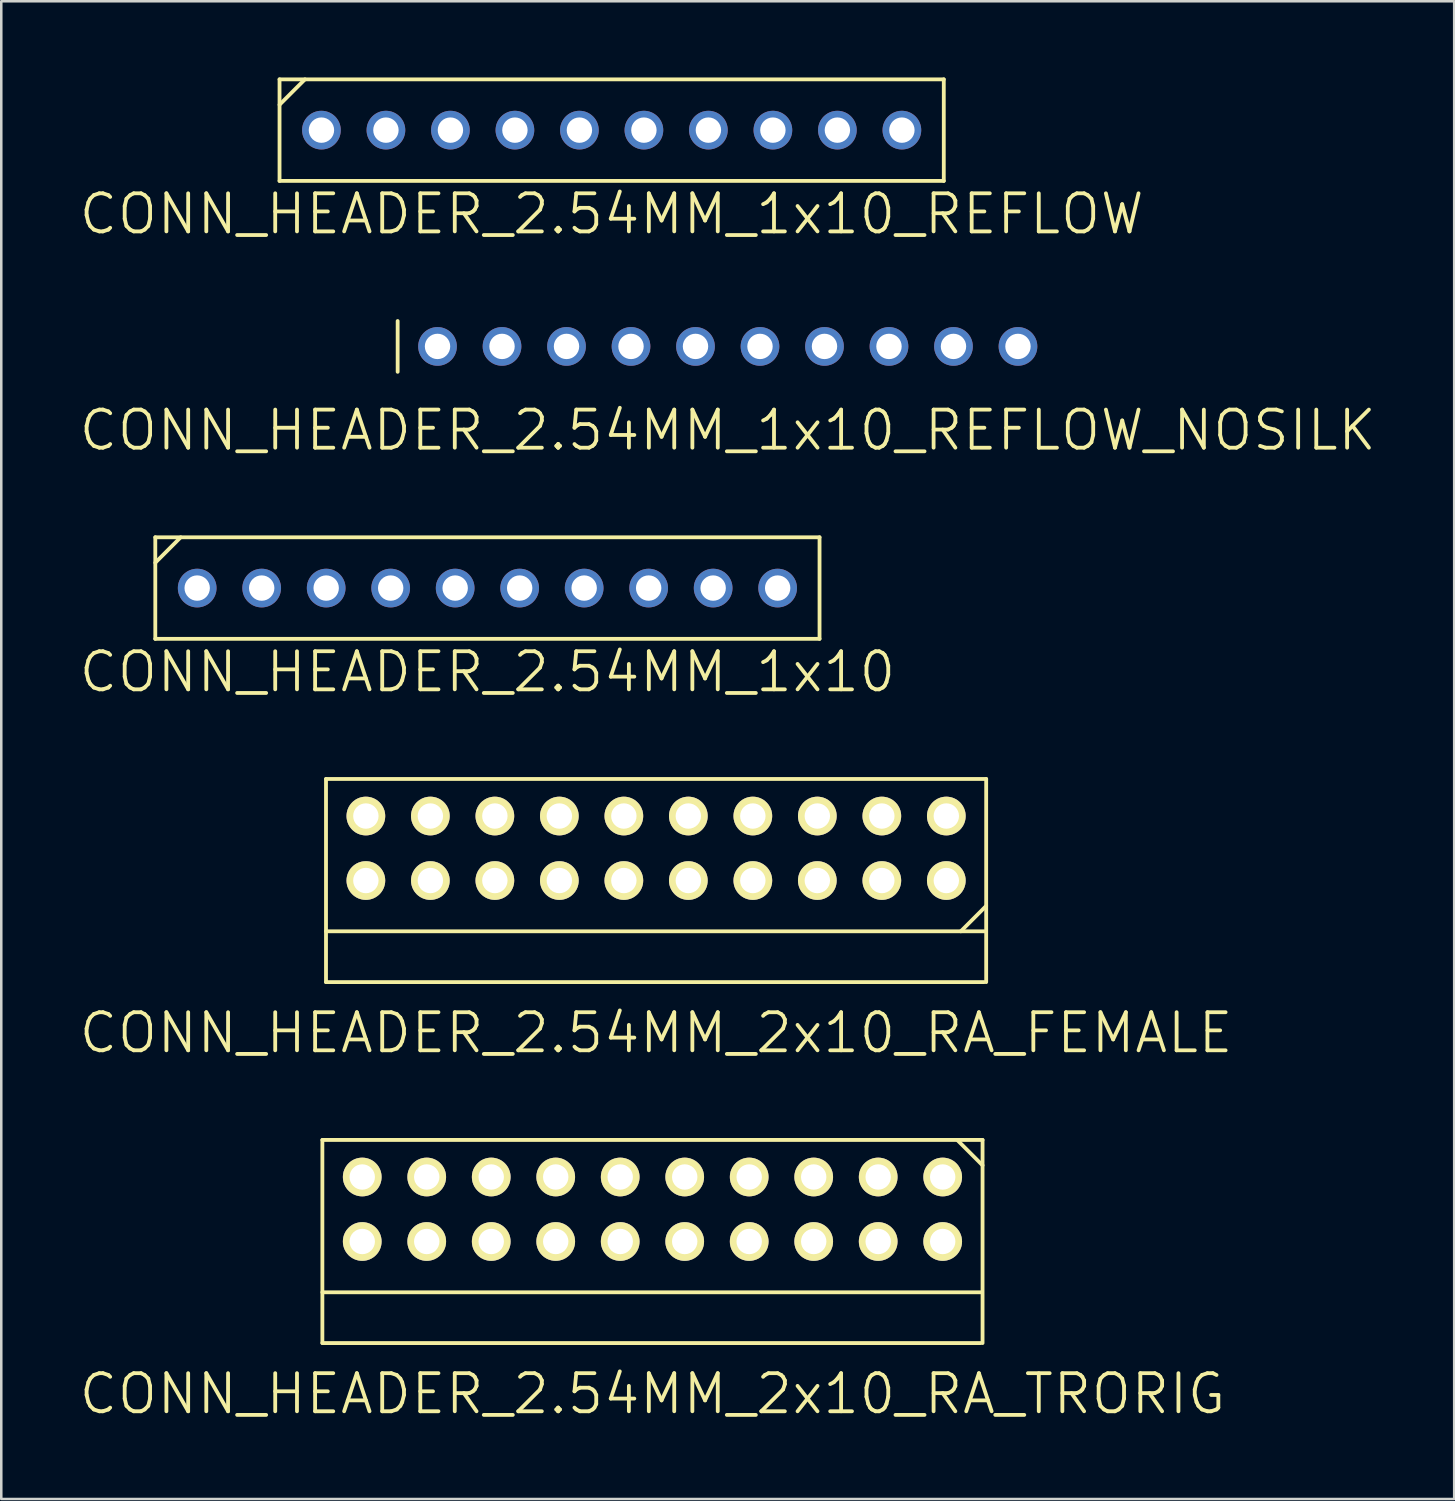
<source format=kicad_pcb>
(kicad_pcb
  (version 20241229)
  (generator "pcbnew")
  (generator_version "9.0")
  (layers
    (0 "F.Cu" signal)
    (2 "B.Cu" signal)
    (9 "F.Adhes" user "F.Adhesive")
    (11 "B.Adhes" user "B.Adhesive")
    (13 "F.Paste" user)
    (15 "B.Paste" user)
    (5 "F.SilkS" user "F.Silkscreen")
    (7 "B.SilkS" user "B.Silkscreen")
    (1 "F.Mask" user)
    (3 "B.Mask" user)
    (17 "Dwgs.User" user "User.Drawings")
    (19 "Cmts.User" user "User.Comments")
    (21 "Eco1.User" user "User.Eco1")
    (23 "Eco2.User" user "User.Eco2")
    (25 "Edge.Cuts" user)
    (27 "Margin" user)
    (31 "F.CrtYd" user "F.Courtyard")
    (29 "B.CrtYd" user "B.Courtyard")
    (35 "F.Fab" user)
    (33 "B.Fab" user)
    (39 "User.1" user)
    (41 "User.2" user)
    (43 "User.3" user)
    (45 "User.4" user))
  (footprint "CONN_HEADER_2.54MM_1x10_REFLOW"
    (layer "F.Cu")
    (at 21.039 2.075)
    (property "Reference" "CONN_HEADER_2.54MM_1x10_REFLOW" (at 0 3.302 0) (layer "F.SilkS") (effects (font (size 1.5 1.5) (thickness 0.15))))
    (attr through_hole)
    (fp_line (start -13.08 -2) (end -13.08 2) (stroke (width 0.15) (type solid)) (layer "F.SilkS"))
    (fp_line (start -13.08 2) (end 13.08 2) (stroke (width 0.15) (type solid)) (layer "F.SilkS"))
    (fp_line (start -12.08 -2) (end -13.08 -1) (stroke (width 0.15) (type solid)) (layer "F.SilkS"))
    (fp_line (start 13.08 -2) (end -13.08 -2) (stroke (width 0.15) (type solid)) (layer "F.SilkS"))
    (fp_line (start 13.08 2) (end 13.08 -2) (stroke (width 0.15) (type solid)) (layer "F.SilkS"))
    (pad "1" thru_hole circle (at -11.43 0) (size 1.524 1.524) (drill 1) (layers "*.Cu" "*.Mask" "F.Paste"))
    (pad "2" thru_hole circle (at -8.89 0) (size 1.524 1.524) (drill 1) (layers "*.Cu" "*.Mask" "F.Paste"))
    (pad "3" thru_hole circle (at -6.35 0) (size 1.524 1.524) (drill 1) (layers "*.Cu" "*.Mask" "F.Paste"))
    (pad "4" thru_hole circle (at -3.81 0) (size 1.524 1.524) (drill 1) (layers "*.Cu" "*.Mask" "F.Paste"))
    (pad "5" thru_hole circle (at -1.27 0) (size 1.524 1.524) (drill 1) (layers "*.Cu" "*.Mask" "F.Paste"))
    (pad "6" thru_hole circle (at 1.27 0) (size 1.524 1.524) (drill 1) (layers "*.Cu" "*.Mask" "F.Paste"))
    (pad "7" thru_hole circle (at 3.81 0) (size 1.524 1.524) (drill 1) (layers "*.Cu" "*.Mask" "F.Paste"))
    (pad "8" thru_hole circle (at 6.35 0) (size 1.524 1.524) (drill 1) (layers "*.Cu" "*.Mask" "F.Paste"))
    (pad "9" thru_hole circle (at 8.89 0) (size 1.524 1.524) (drill 1) (layers "*.Cu" "*.Mask" "F.Paste"))
    (pad "10" thru_hole circle (at 11.43 0) (size 1.524 1.524) (drill 1) (layers "*.Cu" "*.Mask" "F.Paste")))
  (footprint "CONN_HEADER_2.54MM_1x10_REFLOW_NOSILK"
    (layer "F.Cu")
    (at 25.611 10.593)
    (property "Reference" "CONN_HEADER_2.54MM_1x10_REFLOW_NOSILK" (at 0 3.302 0) (layer "F.SilkS") (effects (font (size 1.5 1.5) (thickness 0.15))))
    (attr through_hole)
    (fp_line (start -13 1) (end -13 -1) (stroke (width 0.15) (type solid)) (layer "F.SilkS"))
    (pad "1" thru_hole circle (at -11.43 0) (size 1.524 1.524) (drill 1) (layers "*.Cu" "*.Mask" "F.Paste"))
    (pad "2" thru_hole circle (at -8.89 0) (size 1.524 1.524) (drill 1) (layers "*.Cu" "*.Mask" "F.Paste"))
    (pad "3" thru_hole circle (at -6.35 0) (size 1.524 1.524) (drill 1) (layers "*.Cu" "*.Mask" "F.Paste"))
    (pad "4" thru_hole circle (at -3.81 0) (size 1.524 1.524) (drill 1) (layers "*.Cu" "*.Mask" "F.Paste"))
    (pad "5" thru_hole circle (at -1.27 0) (size 1.524 1.524) (drill 1) (layers "*.Cu" "*.Mask" "F.Paste"))
    (pad "6" thru_hole circle (at 1.27 0) (size 1.524 1.524) (drill 1) (layers "*.Cu" "*.Mask" "F.Paste"))
    (pad "7" thru_hole circle (at 3.81 0) (size 1.524 1.524) (drill 1) (layers "*.Cu" "*.Mask" "F.Paste"))
    (pad "8" thru_hole circle (at 6.35 0) (size 1.524 1.524) (drill 1) (layers "*.Cu" "*.Mask" "F.Paste"))
    (pad "9" thru_hole circle (at 8.89 0) (size 1.524 1.524) (drill 1) (layers "*.Cu" "*.Mask" "F.Paste"))
    (pad "10" thru_hole circle (at 11.43 0) (size 1.524 1.524) (drill 1) (layers "*.Cu" "*.Mask" "F.Paste")))
  (footprint "CONN_HEADER_2.54MM_2x10_RA_FEMALE"
    (layer "F.Cu")
    (at 22.789 30.358)
    (property "Reference" "CONN_HEADER_2.54MM_2x10_RA_FEMALE" (at 0 7.27 0) (layer "F.SilkS") (effects (font (size 1.5 1.5) (thickness 0.15))))
    (attr through_hole)
    (fp_line (start -13 -2.73) (end -13 5.27) (stroke (width 0.15) (type solid)) (layer "F.SilkS"))
    (fp_line (start -13 3.27) (end 12.92 3.27) (stroke (width 0.15) (type solid)) (layer "F.SilkS"))
    (fp_line (start -13 5.27) (end 12.92 5.27) (stroke (width 0.15) (type solid)) (layer "F.SilkS"))
    (fp_line (start 13 -2.73) (end -13 -2.73) (stroke (width 0.15) (type solid)) (layer "F.SilkS"))
    (fp_line (start 13 2.27) (end 12 3.27) (stroke (width 0.15) (type solid)) (layer "F.SilkS"))
    (fp_line (start 13 5.27) (end 13 -2.73) (stroke (width 0.15) (type solid)) (layer "F.SilkS"))
    (pad "1" thru_hole circle (at 11.43 1.27) (size 1.524 1.524) (drill 1) (layers "*.Cu" "*.Mask" "F.SilkS"))
    (pad "2" thru_hole circle (at 11.43 -1.27) (size 1.524 1.524) (drill 1) (layers "*.Cu" "*.Mask" "F.SilkS"))
    (pad "3" thru_hole circle (at 8.89 1.27) (size 1.524 1.524) (drill 1) (layers "*.Cu" "*.Mask" "F.SilkS"))
    (pad "4" thru_hole circle (at 8.89 -1.27) (size 1.524 1.524) (drill 1) (layers "*.Cu" "*.Mask" "F.SilkS"))
    (pad "5" thru_hole circle (at 6.35 1.27) (size 1.524 1.524) (drill 1) (layers "*.Cu" "*.Mask" "F.SilkS"))
    (pad "6" thru_hole circle (at 6.35 -1.27) (size 1.524 1.524) (drill 1) (layers "*.Cu" "*.Mask" "F.SilkS"))
    (pad "7" thru_hole circle (at 3.81 1.27) (size 1.524 1.524) (drill 1) (layers "*.Cu" "*.Mask" "F.SilkS"))
    (pad "8" thru_hole circle (at 3.81 -1.27) (size 1.524 1.524) (drill 1) (layers "*.Cu" "*.Mask" "F.SilkS"))
    (pad "9" thru_hole circle (at 1.27 1.27) (size 1.524 1.524) (drill 1) (layers "*.Cu" "*.Mask" "F.SilkS"))
    (pad "10" thru_hole circle (at 1.27 -1.27) (size 1.524 1.524) (drill 1) (layers "*.Cu" "*.Mask" "F.SilkS"))
    (pad "11" thru_hole circle (at -1.27 1.27) (size 1.524 1.524) (drill 1) (layers "*.Cu" "*.Mask" "F.SilkS"))
    (pad "12" thru_hole circle (at -1.27 -1.27) (size 1.524 1.524) (drill 1) (layers "*.Cu" "*.Mask" "F.SilkS"))
    (pad "13" thru_hole circle (at -3.81 1.27) (size 1.524 1.524) (drill 1) (layers "*.Cu" "*.Mask" "F.SilkS"))
    (pad "14" thru_hole circle (at -3.81 -1.27) (size 1.524 1.524) (drill 1) (layers "*.Cu" "*.Mask" "F.SilkS"))
    (pad "15" thru_hole circle (at -6.35 1.27) (size 1.524 1.524) (drill 1) (layers "*.Cu" "*.Mask" "F.SilkS"))
    (pad "16" thru_hole circle (at -6.35 -1.27) (size 1.524 1.524) (drill 1) (layers "*.Cu" "*.Mask" "F.SilkS"))
    (pad "17" thru_hole circle (at -8.89 1.27) (size 1.524 1.524) (drill 1) (layers "*.Cu" "*.Mask" "F.SilkS"))
    (pad "18" thru_hole circle (at -8.89 -1.27) (size 1.524 1.524) (drill 1) (layers "*.Cu" "*.Mask" "F.SilkS"))
    (pad "19" thru_hole circle (at -11.43 1.27) (size 1.524 1.524) (drill 1) (layers "*.Cu" "*.Mask" "F.SilkS"))
    (pad "20" thru_hole circle (at -11.43 -1.27) (size 1.524 1.524) (drill 1) (layers "*.Cu" "*.Mask" "F.SilkS")))
  (footprint "CONN_HEADER_2.54MM_2x10_RA_TRORIG"
    (layer "F.Cu")
    (at 22.646 44.574)
    (property "Reference" "CONN_HEADER_2.54MM_2x10_RA_TRORIG" (at 0 7.27 0) (layer "F.SilkS") (effects (font (size 1.5 1.5) (thickness 0.15))))
    (attr through_hole)
    (fp_line (start -13 -2.73) (end -13 5.27) (stroke (width 0.15) (type solid)) (layer "F.SilkS"))
    (fp_line (start -13 3.27) (end 12.92 3.27) (stroke (width 0.15) (type solid)) (layer "F.SilkS"))
    (fp_line (start -13 5.27) (end 12.92 5.27) (stroke (width 0.15) (type solid)) (layer "F.SilkS"))
    (fp_line (start 12 -2.73) (end 13 -1.73) (stroke (width 0.15) (type solid)) (layer "F.SilkS"))
    (fp_line (start 13 -2.73) (end -13 -2.73) (stroke (width 0.15) (type solid)) (layer "F.SilkS"))
    (fp_line (start 13 5.27) (end 13 -2.73) (stroke (width 0.15) (type solid)) (layer "F.SilkS"))
    (pad "1" thru_hole circle (at 11.43 -1.27) (size 1.524 1.524) (drill 1) (layers "*.Cu" "*.Mask" "F.SilkS"))
    (pad "2" thru_hole circle (at 11.43 1.27) (size 1.524 1.524) (drill 1) (layers "*.Cu" "*.Mask" "F.SilkS"))
    (pad "3" thru_hole circle (at 8.89 -1.27) (size 1.524 1.524) (drill 1) (layers "*.Cu" "*.Mask" "F.SilkS"))
    (pad "4" thru_hole circle (at 8.89 1.27) (size 1.524 1.524) (drill 1) (layers "*.Cu" "*.Mask" "F.SilkS"))
    (pad "5" thru_hole circle (at 6.35 -1.27) (size 1.524 1.524) (drill 1) (layers "*.Cu" "*.Mask" "F.SilkS"))
    (pad "6" thru_hole circle (at 6.35 1.27) (size 1.524 1.524) (drill 1) (layers "*.Cu" "*.Mask" "F.SilkS"))
    (pad "7" thru_hole circle (at 3.81 -1.27) (size 1.524 1.524) (drill 1) (layers "*.Cu" "*.Mask" "F.SilkS"))
    (pad "8" thru_hole circle (at 3.81 1.27) (size 1.524 1.524) (drill 1) (layers "*.Cu" "*.Mask" "F.SilkS"))
    (pad "9" thru_hole circle (at 1.27 -1.27) (size 1.524 1.524) (drill 1) (layers "*.Cu" "*.Mask" "F.SilkS"))
    (pad "10" thru_hole circle (at 1.27 1.27) (size 1.524 1.524) (drill 1) (layers "*.Cu" "*.Mask" "F.SilkS"))
    (pad "11" thru_hole circle (at -1.27 -1.27) (size 1.524 1.524) (drill 1) (layers "*.Cu" "*.Mask" "F.SilkS"))
    (pad "12" thru_hole circle (at -1.27 1.27) (size 1.524 1.524) (drill 1) (layers "*.Cu" "*.Mask" "F.SilkS"))
    (pad "13" thru_hole circle (at -3.81 -1.27) (size 1.524 1.524) (drill 1) (layers "*.Cu" "*.Mask" "F.SilkS"))
    (pad "14" thru_hole circle (at -3.81 1.27) (size 1.524 1.524) (drill 1) (layers "*.Cu" "*.Mask" "F.SilkS"))
    (pad "15" thru_hole circle (at -6.35 -1.27) (size 1.524 1.524) (drill 1) (layers "*.Cu" "*.Mask" "F.SilkS"))
    (pad "16" thru_hole circle (at -6.35 1.27) (size 1.524 1.524) (drill 1) (layers "*.Cu" "*.Mask" "F.SilkS"))
    (pad "17" thru_hole circle (at -8.89 -1.27) (size 1.524 1.524) (drill 1) (layers "*.Cu" "*.Mask" "F.SilkS"))
    (pad "18" thru_hole circle (at -8.89 1.27) (size 1.524 1.524) (drill 1) (layers "*.Cu" "*.Mask" "F.SilkS"))
    (pad "19" thru_hole circle (at -11.43 -1.27) (size 1.524 1.524) (drill 1) (layers "*.Cu" "*.Mask" "F.SilkS"))
    (pad "20" thru_hole circle (at -11.43 1.27) (size 1.524 1.524) (drill 1) (layers "*.Cu" "*.Mask" "F.SilkS")))
  (footprint "CONN_HEADER_2.54MM_1x10"
    (layer "F.Cu")
    (at 16.146 20.11)
    (property "Reference" "CONN_HEADER_2.54MM_1x10" (at 0 3.302 0) (layer "F.SilkS") (effects (font (size 1.5 1.5) (thickness 0.15))))
    (attr through_hole)
    (fp_line (start -13.08 -2) (end -13.08 2) (stroke (width 0.15) (type solid)) (layer "F.SilkS"))
    (fp_line (start -13.08 2) (end 13.08 2) (stroke (width 0.15) (type solid)) (layer "F.SilkS"))
    (fp_line (start -12.08 -2) (end -13.08 -1) (stroke (width 0.15) (type solid)) (layer "F.SilkS"))
    (fp_line (start 13.08 -2) (end -13.08 -2) (stroke (width 0.15) (type solid)) (layer "F.SilkS"))
    (fp_line (start 13.08 2) (end 13.08 -2) (stroke (width 0.15) (type solid)) (layer "F.SilkS"))
    (pad "1" thru_hole circle (at -11.43 0) (size 1.524 1.524) (drill 1) (layers "*.Cu" "*.Mask"))
    (pad "2" thru_hole circle (at -8.89 0) (size 1.524 1.524) (drill 1) (layers "*.Cu" "*.Mask"))
    (pad "3" thru_hole circle (at -6.35 0) (size 1.524 1.524) (drill 1) (layers "*.Cu" "*.Mask"))
    (pad "4" thru_hole circle (at -3.81 0) (size 1.524 1.524) (drill 1) (layers "*.Cu" "*.Mask"))
    (pad "5" thru_hole circle (at -1.27 0) (size 1.524 1.524) (drill 1) (layers "*.Cu" "*.Mask"))
    (pad "6" thru_hole circle (at 1.27 0) (size 1.524 1.524) (drill 1) (layers "*.Cu" "*.Mask"))
    (pad "7" thru_hole circle (at 3.81 0) (size 1.524 1.524) (drill 1) (layers "*.Cu" "*.Mask"))
    (pad "8" thru_hole circle (at 6.35 0) (size 1.524 1.524) (drill 1) (layers "*.Cu" "*.Mask"))
    (pad "9" thru_hole circle (at 8.89 0) (size 1.524 1.524) (drill 1) (layers "*.Cu" "*.Mask"))
    (pad "10" thru_hole circle (at 11.43 0) (size 1.524 1.524) (drill 1) (layers "*.Cu" "*.Mask")))
  (gr_rect
    (start -3 -3)
    (end 54.221 55.985)
    (stroke (width 0.1) (type default))
    (fill no)
    (layer "Edge.Cuts")))
</source>
